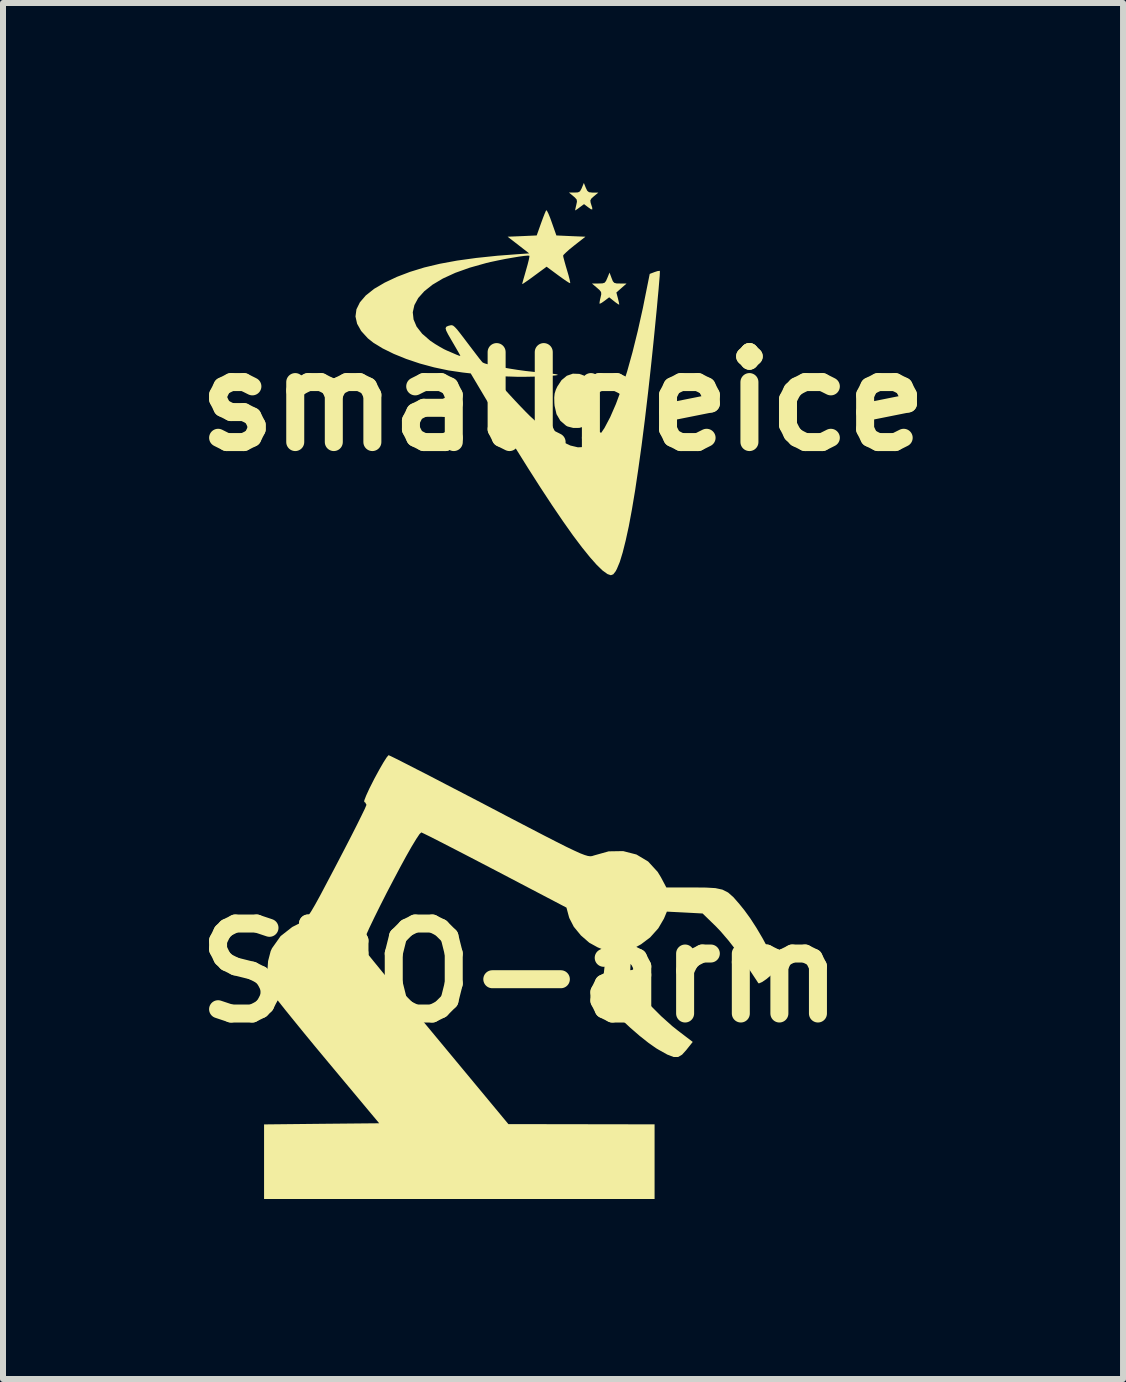
<source format=kicad_pcb>
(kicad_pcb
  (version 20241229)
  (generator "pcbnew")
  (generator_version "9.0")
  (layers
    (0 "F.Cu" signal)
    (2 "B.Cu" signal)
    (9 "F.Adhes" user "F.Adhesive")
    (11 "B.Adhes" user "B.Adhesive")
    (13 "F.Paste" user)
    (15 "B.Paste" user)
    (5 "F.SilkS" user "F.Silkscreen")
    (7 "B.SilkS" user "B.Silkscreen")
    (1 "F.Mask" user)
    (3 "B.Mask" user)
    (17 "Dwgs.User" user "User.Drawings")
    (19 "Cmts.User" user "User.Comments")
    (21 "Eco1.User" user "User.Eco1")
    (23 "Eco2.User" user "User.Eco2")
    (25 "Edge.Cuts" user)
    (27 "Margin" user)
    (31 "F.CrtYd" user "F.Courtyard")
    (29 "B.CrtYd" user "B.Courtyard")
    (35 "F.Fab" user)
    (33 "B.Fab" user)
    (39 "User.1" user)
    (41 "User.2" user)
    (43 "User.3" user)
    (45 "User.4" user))
  (footprint "SRO-arm"
    (layer "F.Cu")
    (at 5.621 13.167)
    (property "Reference" "SRO-arm" (at 0 0 0) (layer "F.SilkS") (effects (font (size 1.5 1.5) (thickness 0.3))))
    (attr board_only exclude_from_pos_files exclude_from_bom allow_missing_courtyard)
    (fp_poly (pts (xy -2.157 -3.612) (xy -2.063 -3.566) (xy -1.919 -3.493) (xy -1.73 -3.396) (xy -1.501 -3.279) (xy -1.24 -3.143) (xy -0.951 -2.993) (xy -0.641 -2.832) (xy -0.523 -2.77) (xy -0.159 -2.579) (xy 0.147 -2.42) (xy 0.401 -2.288) (xy 0.608 -2.182) (xy 0.773 -2.099) (xy 0.903 -2.037) (xy 1.002 -1.992) (xy 1.075 -1.964) (xy 1.129 -1.948) (xy 1.168 -1.943) (xy 1.198 -1.946) (xy 1.224 -1.954) (xy 1.226 -1.955) (xy 1.476 -2.025) (xy 1.717 -2.029) (xy 1.939 -1.972) (xy 2.133 -1.856) (xy 2.292 -1.683) (xy 2.348 -1.591) (xy 2.437 -1.423) (xy 2.892 -1.423) (xy 3.101 -1.421) (xy 3.255 -1.412) (xy 3.371 -1.387) (xy 3.466 -1.339) (xy 3.555 -1.261) (xy 3.656 -1.145) (xy 3.739 -1.042) (xy 3.835 -0.91) (xy 3.938 -0.751) (xy 4.039 -0.58) (xy 4.13 -0.412) (xy 4.204 -0.26) (xy 4.253 -0.139) (xy 4.269 -0.068) (xy 4.245 -0.023) (xy 4.185 0.038) (xy 4.109 0.102) (xy 4.035 0.153) (xy 3.982 0.176) (xy 3.97 0.172) (xy 3.949 0.139) (xy 3.896 0.059) (xy 3.82 -0.056) (xy 3.728 -0.194) (xy 3.727 -0.196) (xy 3.608 -0.365) (xy 3.474 -0.537) (xy 3.344 -0.689) (xy 3.267 -0.77) (xy 3.042 -0.989) (xy 2.744 -1.005) (xy 2.446 -1.02) (xy 2.397 -0.903) (xy 2.303 -0.742) (xy 2.167 -0.59) (xy 2.016 -0.476) (xy 1.991 -0.462) (xy 1.92 -0.423) (xy 1.879 -0.382) (xy 1.858 -0.319) (xy 1.845 -0.213) (xy 1.841 -0.153) (xy 1.834 -0.013) (xy 1.843 0.082) (xy 1.871 0.16) (xy 1.905 0.217) (xy 2.017 0.369) (xy 2.171 0.543) (xy 2.35 0.722) (xy 2.535 0.888) (xy 2.632 0.965) (xy 2.877 1.152) (xy 2.767 1.29) (xy 2.699 1.365) (xy 2.634 1.403) (xy 2.557 1.403) (xy 2.453 1.363) (xy 2.31 1.283) (xy 2.268 1.258) (xy 2.142 1.17) (xy 1.992 1.051) (xy 1.833 0.913) (xy 1.68 0.77) (xy 1.548 0.635) (xy 1.453 0.523) (xy 1.425 0.484) (xy 1.391 0.42) (xy 1.372 0.357) (xy 1.369 0.273) (xy 1.379 0.15) (xy 1.388 0.068) (xy 1.408 -0.114) (xy 1.419 -0.239) (xy 1.416 -0.319) (xy 1.398 -0.367) (xy 1.362 -0.396) (xy 1.306 -0.419) (xy 1.293 -0.424) (xy 1.152 -0.502) (xy 1.012 -0.624) (xy 0.894 -0.768) (xy 0.82 -0.912) (xy 0.813 -0.934) (xy 0.772 -1.087) (xy -0.415 -1.709) (xy -0.684 -1.849) (xy -0.934 -1.979) (xy -1.157 -2.094) (xy -1.348 -2.192) (xy -1.497 -2.268) (xy -1.599 -2.318) (xy -1.646 -2.34) (xy -1.648 -2.34) (xy -1.677 -2.313) (xy -1.732 -2.231) (xy -1.809 -2.104) (xy -1.901 -1.942) (xy -2.004 -1.753) (xy -2.113 -1.547) (xy -2.224 -1.335) (xy -2.331 -1.124) (xy -2.429 -0.926) (xy -2.514 -0.749) (xy -2.58 -0.602) (xy -2.623 -0.496) (xy -2.638 -0.44) (xy -2.637 -0.435) (xy -2.609 -0.399) (xy -2.54 -0.313) (xy -2.434 -0.182) (xy -2.296 -0.013) (xy -2.129 0.189) (xy -1.939 0.42) (xy -1.729 0.675) (xy -1.503 0.947) (xy -1.402 1.069) (xy -0.196 2.522) (xy 1.023 2.524) (xy 2.241 2.526) (xy 2.241 3.148) (xy 2.241 3.771) (xy -1.014 3.771) (xy -4.269 3.771) (xy -4.269 3.149) (xy -4.269 2.527) (xy -3.309 2.517) (xy -2.35 2.508) (xy -3.221 1.465) (xy -3.419 1.227) (xy -3.604 1.002) (xy -3.771 0.797) (xy -3.915 0.619) (xy -4.03 0.474) (xy -4.11 0.369) (xy -4.151 0.312) (xy -4.153 0.309) (xy -4.199 0.167) (xy -4.215 -0.011) (xy -4.202 -0.196) (xy -4.159 -0.361) (xy -4.137 -0.409) (xy -3.993 -0.612) (xy -3.799 -0.764) (xy -3.702 -0.813) (xy -3.657 -0.835) (xy -3.616 -0.86) (xy -3.577 -0.896) (xy -3.534 -0.949) (xy -3.482 -1.027) (xy -3.417 -1.138) (xy -3.335 -1.287) (xy -3.231 -1.484) (xy -3.099 -1.734) (xy -3.054 -1.82) (xy -2.93 -2.058) (xy -2.817 -2.277) (xy -2.72 -2.468) (xy -2.643 -2.624) (xy -2.589 -2.735) (xy -2.564 -2.795) (xy -2.562 -2.801) (xy -2.585 -2.843) (xy -2.599 -2.846) (xy -2.598 -2.875) (xy -2.567 -2.955) (xy -2.513 -3.073) (xy -2.439 -3.219) (xy -2.43 -3.237) (xy -2.349 -3.386) (xy -2.278 -3.509) (xy -2.224 -3.593) (xy -2.194 -3.628) (xy -2.193 -3.628)) (stroke (width 0) (type solid)) (fill yes) (layer "F.SilkS")))
  (footprint "smallpeice"
    (layer "F.Cu")
    (at 6.336 3.641)
    (property "Reference" "smallpeice" (at 0 0 0) (layer "F.SilkS") (effects (font (size 1.5 1.5) (thickness 0.3))))
    (attr board_only exclude_from_pos_files exclude_from_bom)
    (fp_poly (pts (xy 0.272 -0.458) (xy 0.349 -0.43) (xy 0.45 -0.36) (xy 0.523 -0.265) (xy 0.569 -0.152) (xy 0.588 -0.029) (xy 0.58 0.095) (xy 0.545 0.213) (xy 0.482 0.316) (xy 0.392 0.398) (xy 0.36 0.416) (xy 0.272 0.442) (xy 0.171 0.443) (xy 0.077 0.419) (xy 0.05 0.405) (xy -0.045 0.323) (xy -0.109 0.213) (xy -0.141 0.074) (xy -0.145 0.027) (xy -0.147 -0.064) (xy -0.14 -0.131) (xy -0.121 -0.192) (xy -0.096 -0.246) (xy -0.025 -0.354) (xy 0.063 -0.427) (xy 0.164 -0.462)) (stroke (width 0) (type solid)) (fill yes) (layer "F.SilkS"))
    (fp_poly (pts (xy 0.379 -3.561) (xy 0.404 -3.51) (xy 0.433 -3.487) (xy 0.484 -3.481) (xy 0.5 -3.48) (xy 0.588 -3.48) (xy 0.515 -3.42) (xy 0.471 -3.38) (xy 0.455 -3.349) (xy 0.46 -3.311) (xy 0.467 -3.289) (xy 0.487 -3.226) (xy 0.487 -3.199) (xy 0.463 -3.204) (xy 0.421 -3.234) (xy 0.35 -3.288) (xy 0.278 -3.235) (xy 0.233 -3.202) (xy 0.205 -3.184) (xy 0.202 -3.182) (xy 0.204 -3.201) (xy 0.214 -3.247) (xy 0.22 -3.271) (xy 0.232 -3.329) (xy 0.227 -3.365) (xy 0.197 -3.399) (xy 0.171 -3.421) (xy 0.099 -3.481) (xy 0.19 -3.481) (xy 0.249 -3.484) (xy 0.282 -3.501) (xy 0.306 -3.543) (xy 0.314 -3.561) (xy 0.347 -3.641)) (stroke (width 0) (type solid)) (fill yes) (layer "F.SilkS"))
    (fp_poly (pts (xy 0.809 -2.056) (xy 0.83 -2.003) (xy 0.854 -1.976) (xy 0.893 -1.966) (xy 0.95 -1.965) (xy 1.058 -1.964) (xy 0.973 -1.889) (xy 0.889 -1.815) (xy 0.915 -1.717) (xy 0.929 -1.658) (xy 0.936 -1.62) (xy 0.936 -1.612) (xy 0.917 -1.621) (xy 0.877 -1.649) (xy 0.849 -1.671) (xy 0.769 -1.735) (xy 0.693 -1.677) (xy 0.646 -1.644) (xy 0.615 -1.628) (xy 0.609 -1.628) (xy 0.609 -1.651) (xy 0.618 -1.702) (xy 0.625 -1.73) (xy 0.637 -1.786) (xy 0.634 -1.822) (xy 0.61 -1.854) (xy 0.565 -1.894) (xy 0.481 -1.965) (xy 0.591 -1.965) (xy 0.656 -1.967) (xy 0.693 -1.978) (xy 0.716 -2.007) (xy 0.738 -2.056) (xy 0.775 -2.147)) (stroke (width 0) (type solid)) (fill yes) (layer "F.SilkS"))
    (fp_poly (pts (xy -0.267 -3.175) (xy -0.244 -3.13) (xy -0.215 -3.059) (xy -0.188 -2.984) (xy -0.111 -2.766) (xy 0.131 -2.755) (xy 0.373 -2.745) (xy 0.187 -2.599) (xy 0.112 -2.539) (xy 0.052 -2.485) (xy 0.012 -2.446) (xy 0.001 -2.429) (xy 0.007 -2.398) (xy 0.023 -2.337) (xy 0.046 -2.255) (xy 0.065 -2.191) (xy 0.091 -2.103) (xy 0.11 -2.03) (xy 0.119 -1.983) (xy 0.119 -1.97) (xy 0.099 -1.978) (xy 0.053 -2.007) (xy -0.013 -2.053) (xy -0.082 -2.103) (xy -0.274 -2.245) (xy -0.478 -2.095) (xy -0.557 -2.037) (xy -0.622 -1.992) (xy -0.665 -1.963) (xy -0.682 -1.955) (xy -0.682 -1.955) (xy -0.676 -1.979) (xy -0.661 -2.034) (xy -0.638 -2.113) (xy -0.616 -2.191) (xy -0.59 -2.283) (xy -0.571 -2.359) (xy -0.561 -2.41) (xy -0.561 -2.428) (xy -0.587 -2.43) (xy -0.648 -2.425) (xy -0.736 -2.413) (xy -0.844 -2.395) (xy -0.964 -2.374) (xy -1.088 -2.349) (xy -1.21 -2.323) (xy -1.281 -2.306) (xy -1.555 -2.229) (xy -1.796 -2.143) (xy -2.003 -2.048) (xy -2.176 -1.945) (xy -2.313 -1.836) (xy -2.414 -1.723) (xy -2.478 -1.605) (xy -2.505 -1.486) (xy -2.492 -1.366) (xy -2.441 -1.246) (xy -2.349 -1.128) (xy -2.215 -1.012) (xy -2.132 -0.956) (xy -2.057 -0.911) (xy -1.984 -0.87) (xy -1.94 -0.849) (xy -1.84 -0.806) (xy -1.773 -0.777) (xy -1.734 -0.762) (xy -1.716 -0.758) (xy -1.713 -0.763) (xy -1.72 -0.777) (xy -1.725 -0.785) (xy -1.744 -0.819) (xy -1.779 -0.88) (xy -1.825 -0.959) (xy -1.864 -1.026) (xy -1.917 -1.118) (xy -1.948 -1.18) (xy -1.958 -1.219) (xy -1.947 -1.243) (xy -1.916 -1.258) (xy -1.877 -1.268) (xy -1.855 -1.27) (xy -1.833 -1.263) (xy -1.806 -1.241) (xy -1.768 -1.201) (xy -1.718 -1.138) (xy -1.649 -1.048) (xy -1.594 -0.975) (xy -1.518 -0.875) (xy -1.45 -0.786) (xy -1.395 -0.714) (xy -1.355 -0.665) (xy -1.338 -0.647) (xy -1.303 -0.632) (xy -1.233 -0.613) (xy -1.136 -0.591) (xy -1.019 -0.569) (xy -0.89 -0.546) (xy -0.757 -0.525) (xy -0.626 -0.507) (xy -0.506 -0.494) (xy -0.49 -0.492) (xy -0.329 -0.477) (xy -0.21 -0.465) (xy -0.131 -0.455) (xy -0.092 -0.446) (xy -0.09 -0.439) (xy -0.125 -0.433) (xy -0.196 -0.427) (xy -0.301 -0.42) (xy -0.33 -0.419) (xy -0.47 -0.413) (xy -0.622 -0.41) (xy -0.768 -0.41) (xy -0.891 -0.414) (xy -0.901 -0.414) (xy -0.998 -0.418) (xy -1.078 -0.419) (xy -1.132 -0.418) (xy -1.152 -0.415) (xy -1.138 -0.392) (xy -1.099 -0.344) (xy -1.041 -0.277) (xy -0.968 -0.195) (xy -0.885 -0.104) (xy -0.798 -0.01) (xy -0.711 0.082) (xy -0.63 0.166) (xy -0.558 0.238) (xy -0.551 0.245) (xy -0.356 0.424) (xy -0.18 0.565) (xy -0.021 0.669) (xy 0.122 0.736) (xy 0.248 0.766) (xy 0.359 0.76) (xy 0.407 0.745) (xy 0.501 0.685) (xy 0.595 0.584) (xy 0.691 0.443) (xy 0.786 0.263) (xy 0.881 0.045) (xy 0.975 -0.208) (xy 1.068 -0.497) (xy 1.158 -0.82) (xy 1.246 -1.175) (xy 1.332 -1.561) (xy 1.355 -1.677) (xy 1.445 -2.125) (xy 1.524 -2.155) (xy 1.576 -2.172) (xy 1.61 -2.176) (xy 1.614 -2.174) (xy 1.614 -2.151) (xy 1.611 -2.09) (xy 1.603 -1.995) (xy 1.593 -1.872) (xy 1.579 -1.724) (xy 1.564 -1.557) (xy 1.546 -1.374) (xy 1.527 -1.18) (xy 1.507 -0.98) (xy 1.486 -0.778) (xy 1.465 -0.579) (xy 1.444 -0.387) (xy 1.424 -0.207) (xy 1.419 -0.162) (xy 1.364 0.306) (xy 1.309 0.737) (xy 1.254 1.131) (xy 1.201 1.487) (xy 1.148 1.804) (xy 1.096 2.083) (xy 1.044 2.321) (xy 0.994 2.52) (xy 0.946 2.677) (xy 0.898 2.792) (xy 0.877 2.832) (xy 0.837 2.883) (xy 0.797 2.898) (xy 0.744 2.88) (xy 0.737 2.876) (xy 0.658 2.819) (xy 0.561 2.725) (xy 0.446 2.595) (xy 0.313 2.43) (xy 0.164 2.232) (xy 0 2) (xy -0.179 1.737) (xy -0.373 1.442) (xy -0.58 1.118) (xy -0.8 0.766) (xy -1.032 0.385) (xy -1.246 0.027) (xy -1.539 -0.466) (xy -1.671 -0.481) (xy -1.909 -0.516) (xy -2.15 -0.567) (xy -2.387 -0.631) (xy -2.613 -0.707) (xy -2.822 -0.792) (xy -3.007 -0.883) (xy -3.161 -0.977) (xy -3.254 -1.051) (xy -3.365 -1.173) (xy -3.433 -1.294) (xy -3.46 -1.415) (xy -3.444 -1.535) (xy -3.386 -1.652) (xy -3.288 -1.766) (xy -3.148 -1.877) (xy -2.972 -1.98) (xy -2.769 -2.076) (xy -2.551 -2.159) (xy -2.314 -2.232) (xy -2.054 -2.294) (xy -1.766 -2.347) (xy -1.447 -2.391) (xy -1.094 -2.428) (xy -0.778 -2.452) (xy -0.565 -2.467) (xy -0.744 -2.606) (xy -0.924 -2.745) (xy -0.681 -2.755) (xy -0.439 -2.766) (xy -0.367 -2.969) (xy -0.335 -3.056) (xy -0.307 -3.128) (xy -0.287 -3.174) (xy -0.28 -3.187)) (stroke (width 0) (type solid)) (fill yes) (layer "F.SilkS")))
  (gr_rect
    (start -3 -3)
    (end 15.671 19.938)
    (stroke (width 0.1) (type default))
    (fill no)
    (layer "Edge.Cuts")))
</source>
